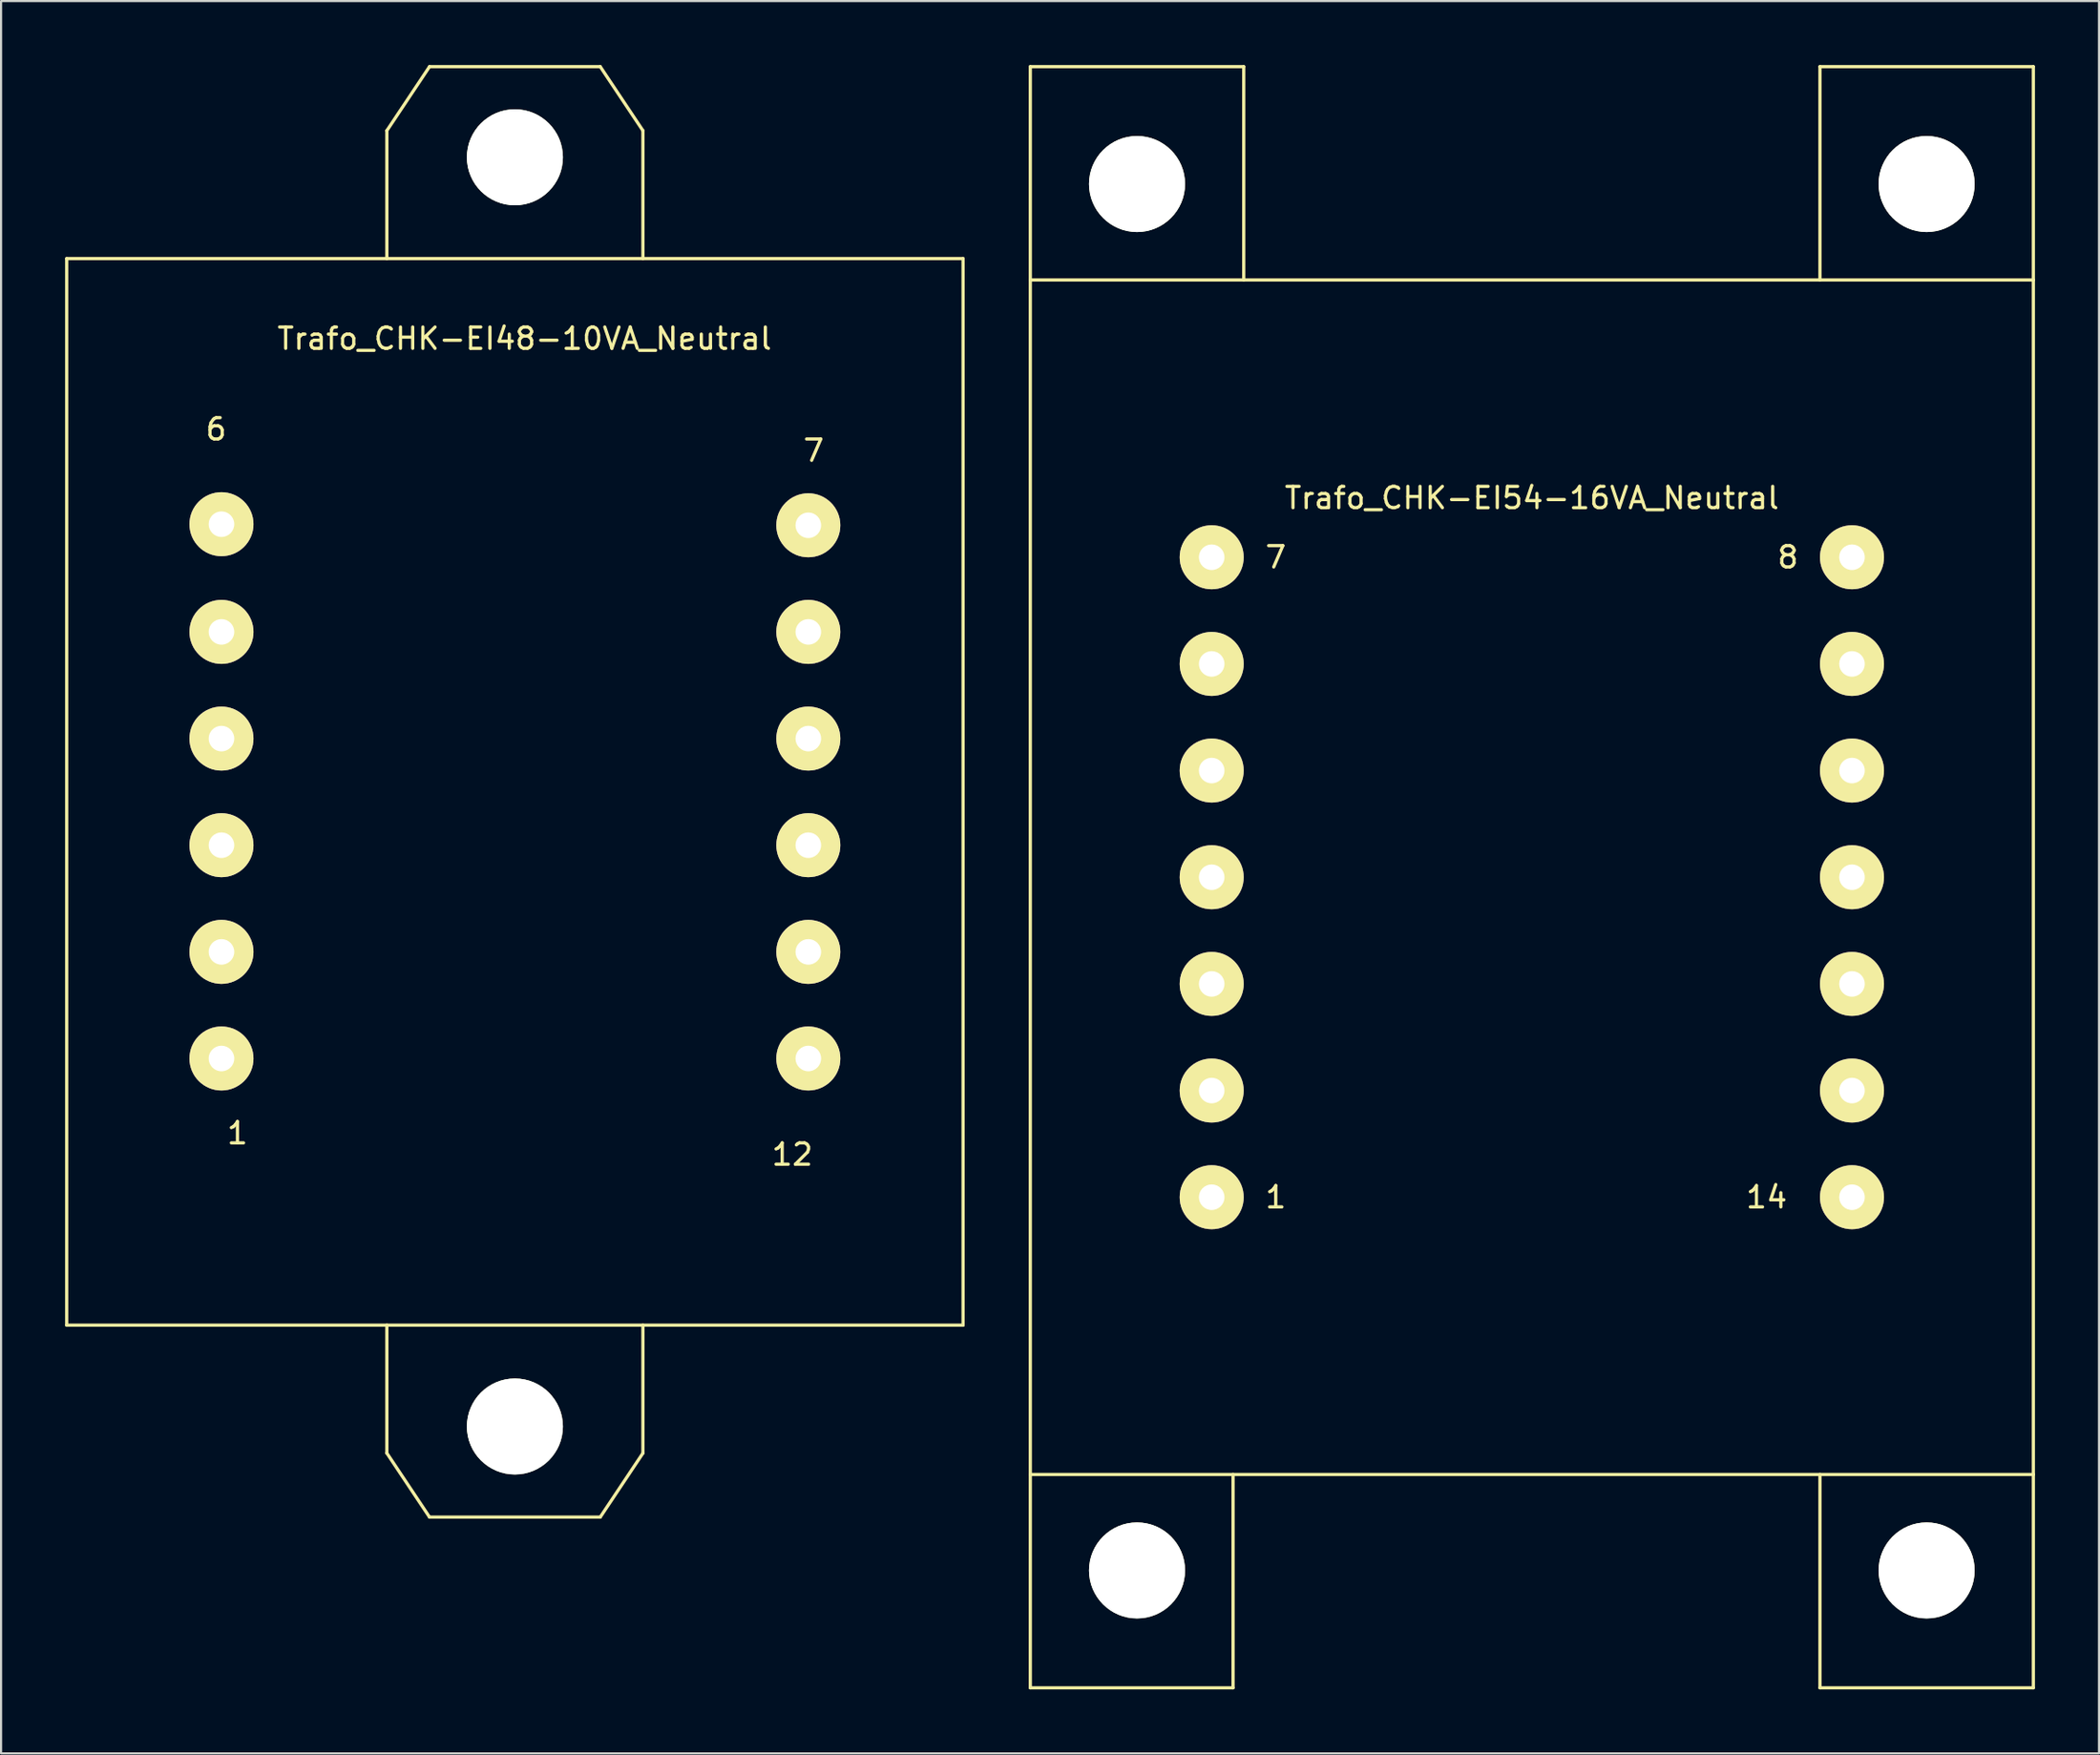
<source format=kicad_pcb>
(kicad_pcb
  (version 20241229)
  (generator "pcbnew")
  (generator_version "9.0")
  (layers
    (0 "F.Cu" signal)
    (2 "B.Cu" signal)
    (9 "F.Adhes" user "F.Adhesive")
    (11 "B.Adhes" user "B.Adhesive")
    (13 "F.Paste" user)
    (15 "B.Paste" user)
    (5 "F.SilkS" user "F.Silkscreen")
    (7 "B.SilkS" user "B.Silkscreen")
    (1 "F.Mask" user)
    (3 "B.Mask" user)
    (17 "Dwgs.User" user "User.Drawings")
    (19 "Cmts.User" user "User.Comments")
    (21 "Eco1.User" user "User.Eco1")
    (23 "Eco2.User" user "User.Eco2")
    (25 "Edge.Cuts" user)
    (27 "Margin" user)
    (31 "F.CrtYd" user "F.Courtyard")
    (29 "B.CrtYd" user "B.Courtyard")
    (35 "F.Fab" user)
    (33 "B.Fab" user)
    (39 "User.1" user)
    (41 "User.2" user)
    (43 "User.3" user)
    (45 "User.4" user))
  (footprint "Trafo_CHK-EI54-16VA_Neutral"
    (layer "F.Cu")
    (at 68.727 38.076)
    (property "Reference" "Trafo_CHK-EI54-16VA_Neutral" (at 0 -17.78 0) (layer "F.SilkS") (effects (font (size 1 1) (thickness 0.15))))
    (attr through_hole)
    (fp_line (start -23.5 -38.001) (end -13.5 -38.001) (stroke (width 0.15) (type solid)) (layer "F.SilkS"))
    (fp_line (start -23.5 -28.001) (end -23.5 -38.001) (stroke (width 0.15) (type solid)) (layer "F.SilkS"))
    (fp_line (start -23.5 -28.001) (end -23.5 28.001) (stroke (width 0.15) (type solid)) (layer "F.SilkS"))
    (fp_line (start -23.5 28.001) (end -23.5 38.001) (stroke (width 0.15) (type solid)) (layer "F.SilkS"))
    (fp_line (start -23.5 28.001) (end 23.5 28.001) (stroke (width 0.15) (type solid)) (layer "F.SilkS"))
    (fp_line (start -23.5 38.001) (end -14 38.001) (stroke (width 0.15) (type solid)) (layer "F.SilkS"))
    (fp_line (start -14 38.001) (end -14 28.001) (stroke (width 0.15) (type solid)) (layer "F.SilkS"))
    (fp_line (start -13.5 -38.001) (end -13.5 -28.001) (stroke (width 0.15) (type solid)) (layer "F.SilkS"))
    (fp_line (start 13.5 -38.001) (end 13.5 -28.001) (stroke (width 0.15) (type solid)) (layer "F.SilkS"))
    (fp_line (start 13.5 38.001) (end 13.5 28.001) (stroke (width 0.15) (type solid)) (layer "F.SilkS"))
    (fp_line (start 23.5 -38.001) (end 13.5 -38.001) (stroke (width 0.15) (type solid)) (layer "F.SilkS"))
    (fp_line (start 23.5 -28.001) (end -23.5 -28.001) (stroke (width 0.15) (type solid)) (layer "F.SilkS"))
    (fp_line (start 23.5 -28.001) (end 23.5 -38.001) (stroke (width 0.15) (type solid)) (layer "F.SilkS"))
    (fp_line (start 23.5 28.001) (end 23.5 -28.001) (stroke (width 0.15) (type solid)) (layer "F.SilkS"))
    (fp_line (start 23.5 28.001) (end 23.5 38.001) (stroke (width 0.15) (type solid)) (layer "F.SilkS"))
    (fp_line (start 23.5 38.001) (end 13.5 38.001) (stroke (width 0.15) (type solid)) (layer "F.SilkS"))
    (fp_text user "14" (at 11.001 15.001 0) (layer "F.SilkS") (effects (font (size 1 1) (thickness 0.15))))
    (fp_text user "7" (at -11.999 -15.001 0) (layer "F.SilkS") (effects (font (size 1 1) (thickness 0.15))))
    (fp_text user "1" (at -11.999 15.001 0) (layer "F.SilkS") (effects (font (size 1 1) (thickness 0.15))))
    (fp_text user "8" (at 11.999 -15.001 0) (layer "F.SilkS") (effects (font (size 1 1) (thickness 0.15))))
    (pad "" np_thru_hole circle (at -18.499 -32.499) (size 4.501 4.501) (drill 4.501) (layers "*.Cu" "*.Mask" "F.SilkS"))
    (pad "" np_thru_hole circle (at -18.499 32.499) (size 4.501 4.501) (drill 4.501) (layers "*.Cu" "*.Mask" "F.SilkS"))
    (pad "" np_thru_hole circle (at 18.499 -32.499) (size 4.501 4.501) (drill 4.501) (layers "*.Cu" "*.Mask" "F.SilkS"))
    (pad "" np_thru_hole circle (at 18.499 32.499) (size 4.501 4.501) (drill 4.501) (layers "*.Cu" "*.Mask" "F.SilkS"))
    (pad "1" thru_hole circle (at -15.001 15.001) (size 3 3) (drill 1.199) (layers "*.Cu" "*.Mask" "F.SilkS"))
    (pad "2" thru_hole circle (at -15.001 10) (size 3 3) (drill 1.199) (layers "*.Cu" "*.Mask" "F.SilkS"))
    (pad "3" thru_hole circle (at -15.001 5.001) (size 3 3) (drill 1.199) (layers "*.Cu" "*.Mask" "F.SilkS"))
    (pad "4" thru_hole circle (at -15.001 0) (size 3 3) (drill 1.199) (layers "*.Cu" "*.Mask" "F.SilkS"))
    (pad "5" thru_hole circle (at -15.001 -5.001) (size 3 3) (drill 1.199) (layers "*.Cu" "*.Mask" "F.SilkS"))
    (pad "6" thru_hole circle (at -15.001 -10) (size 3 3) (drill 1.199) (layers "*.Cu" "*.Mask" "F.SilkS"))
    (pad "7" thru_hole circle (at -15.001 -15.001) (size 3 3) (drill 1.199) (layers "*.Cu" "*.Mask" "F.SilkS"))
    (pad "8" thru_hole circle (at 15.001 -15.001) (size 3 3) (drill 1.199) (layers "*.Cu" "*.Mask" "F.SilkS"))
    (pad "9" thru_hole circle (at 15.001 -10) (size 3 3) (drill 1.199) (layers "*.Cu" "*.Mask" "F.SilkS"))
    (pad "10" thru_hole circle (at 15.001 -5.001) (size 3 3) (drill 1.199) (layers "*.Cu" "*.Mask" "F.SilkS"))
    (pad "11" thru_hole circle (at 15.001 0) (size 3 3) (drill 1.199) (layers "*.Cu" "*.Mask" "F.SilkS"))
    (pad "12" thru_hole circle (at 15.001 5.001) (size 3 3) (drill 1.199) (layers "*.Cu" "*.Mask" "F.SilkS"))
    (pad "13" thru_hole circle (at 15.001 10) (size 3 3) (drill 1.199) (layers "*.Cu" "*.Mask" "F.SilkS"))
    (pad "14" thru_hole circle (at 15.001 15.001) (size 3 3) (drill 1.199) (layers "*.Cu" "*.Mask" "F.SilkS")))
  (footprint "Trafo_CHK-EI48-10VA_Neutral"
    (layer "F.Cu")
    (at 21.076 34.075)
    (property "Reference" "Trafo_CHK-EI48-10VA_Neutral" (at 0.45 -21.25 0) (layer "F.SilkS") (effects (font (size 1 1) (thickness 0.15))))
    (attr through_hole)
    (fp_line (start -21.001 -25.001) (end -21.001 25.001) (stroke (width 0.15) (type solid)) (layer "F.SilkS"))
    (fp_line (start -21.001 25.001) (end 21.001 25.001) (stroke (width 0.15) (type solid)) (layer "F.SilkS"))
    (fp_line (start -5.999 -31.001) (end -5.999 -25.001) (stroke (width 0.15) (type solid)) (layer "F.SilkS"))
    (fp_line (start -5.999 31.001) (end -5.999 25.001) (stroke (width 0.15) (type solid)) (layer "F.SilkS"))
    (fp_line (start -4 -34) (end -5.999 -31.001) (stroke (width 0.15) (type solid)) (layer "F.SilkS"))
    (fp_line (start -4 34) (end -5.999 31.001) (stroke (width 0.15) (type solid)) (layer "F.SilkS"))
    (fp_line (start 4 -34) (end -4 -34) (stroke (width 0.15) (type solid)) (layer "F.SilkS"))
    (fp_line (start 4 34) (end -4 34) (stroke (width 0.15) (type solid)) (layer "F.SilkS"))
    (fp_line (start 5.999 -31.001) (end 4 -34) (stroke (width 0.15) (type solid)) (layer "F.SilkS"))
    (fp_line (start 5.999 -25.001) (end 5.999 -31.001) (stroke (width 0.15) (type solid)) (layer "F.SilkS"))
    (fp_line (start 5.999 25.001) (end 5.999 31.001) (stroke (width 0.15) (type solid)) (layer "F.SilkS"))
    (fp_line (start 5.999 31.001) (end 4 34) (stroke (width 0.15) (type solid)) (layer "F.SilkS"))
    (fp_line (start 21.001 -25.001) (end -21.001 -25.001) (stroke (width 0.15) (type solid)) (layer "F.SilkS"))
    (fp_line (start 21.001 25.001) (end 21.001 -25.001) (stroke (width 0.15) (type solid)) (layer "F.SilkS"))
    (fp_text user "6" (at -14 -17 0) (layer "F.SilkS") (effects (font (size 1 1) (thickness 0.15))))
    (fp_text user "1" (at -13 15.999 0) (layer "F.SilkS") (effects (font (size 1 1) (thickness 0.15))))
    (fp_text user "7" (at 14 -15.999 0) (layer "F.SilkS") (effects (font (size 1 1) (thickness 0.15))))
    (fp_text user "12" (at 13 17 0) (layer "F.SilkS") (effects (font (size 1 1) (thickness 0.15))))
    (pad "" np_thru_hole circle (at 0 -29.751) (size 4.501 4.501) (drill 4.501) (layers "*.Cu" "*.Mask" "F.SilkS"))
    (pad "" np_thru_hole circle (at 0 29.751) (size 4.501 4.501) (drill 4.501) (layers "*.Cu" "*.Mask" "F.SilkS"))
    (pad "1" thru_hole circle (at -13.749 12.499) (size 3 3) (drill 1.199) (layers "*.Cu" "*.Mask" "F.SilkS"))
    (pad "2" thru_hole circle (at -13.749 7.501) (size 3 3) (drill 1.199) (layers "*.Cu" "*.Mask" "F.SilkS"))
    (pad "3" thru_hole circle (at -13.749 2.499) (size 3 3) (drill 1.199) (layers "*.Cu" "*.Mask" "F.SilkS"))
    (pad "4" thru_hole circle (at -13.749 -2.499) (size 3 3) (drill 1.199) (layers "*.Cu" "*.Mask" "F.SilkS"))
    (pad "5" thru_hole circle (at -13.749 -7.501) (size 3 3) (drill 1.199) (layers "*.Cu" "*.Mask" "F.SilkS"))
    (pad "6" thru_hole circle (at -13.749 -12.55) (size 3 3) (drill 1.199) (layers "*.Cu" "*.Mask" "F.SilkS"))
    (pad "7" thru_hole circle (at 13.749 -12.499) (size 3 3) (drill 1.199) (layers "*.Cu" "*.Mask" "F.SilkS"))
    (pad "8" thru_hole circle (at 13.749 -7.501) (size 3 3) (drill 1.199) (layers "*.Cu" "*.Mask" "F.SilkS"))
    (pad "9" thru_hole circle (at 13.749 -2.499) (size 3 3) (drill 1.199) (layers "*.Cu" "*.Mask" "F.SilkS"))
    (pad "10" thru_hole circle (at 13.749 2.499) (size 3 3) (drill 1.199) (layers "*.Cu" "*.Mask" "F.SilkS"))
    (pad "11" thru_hole circle (at 13.749 7.501) (size 3 3) (drill 1.199) (layers "*.Cu" "*.Mask" "F.SilkS"))
    (pad "12" thru_hole circle (at 13.749 12.499) (size 3 3) (drill 1.199) (layers "*.Cu" "*.Mask" "F.SilkS")))
  (gr_rect
    (start -3 -3)
    (end 95.302 79.152)
    (stroke (width 0.1) (type default))
    (fill no)
    (layer "Edge.Cuts")))
</source>
